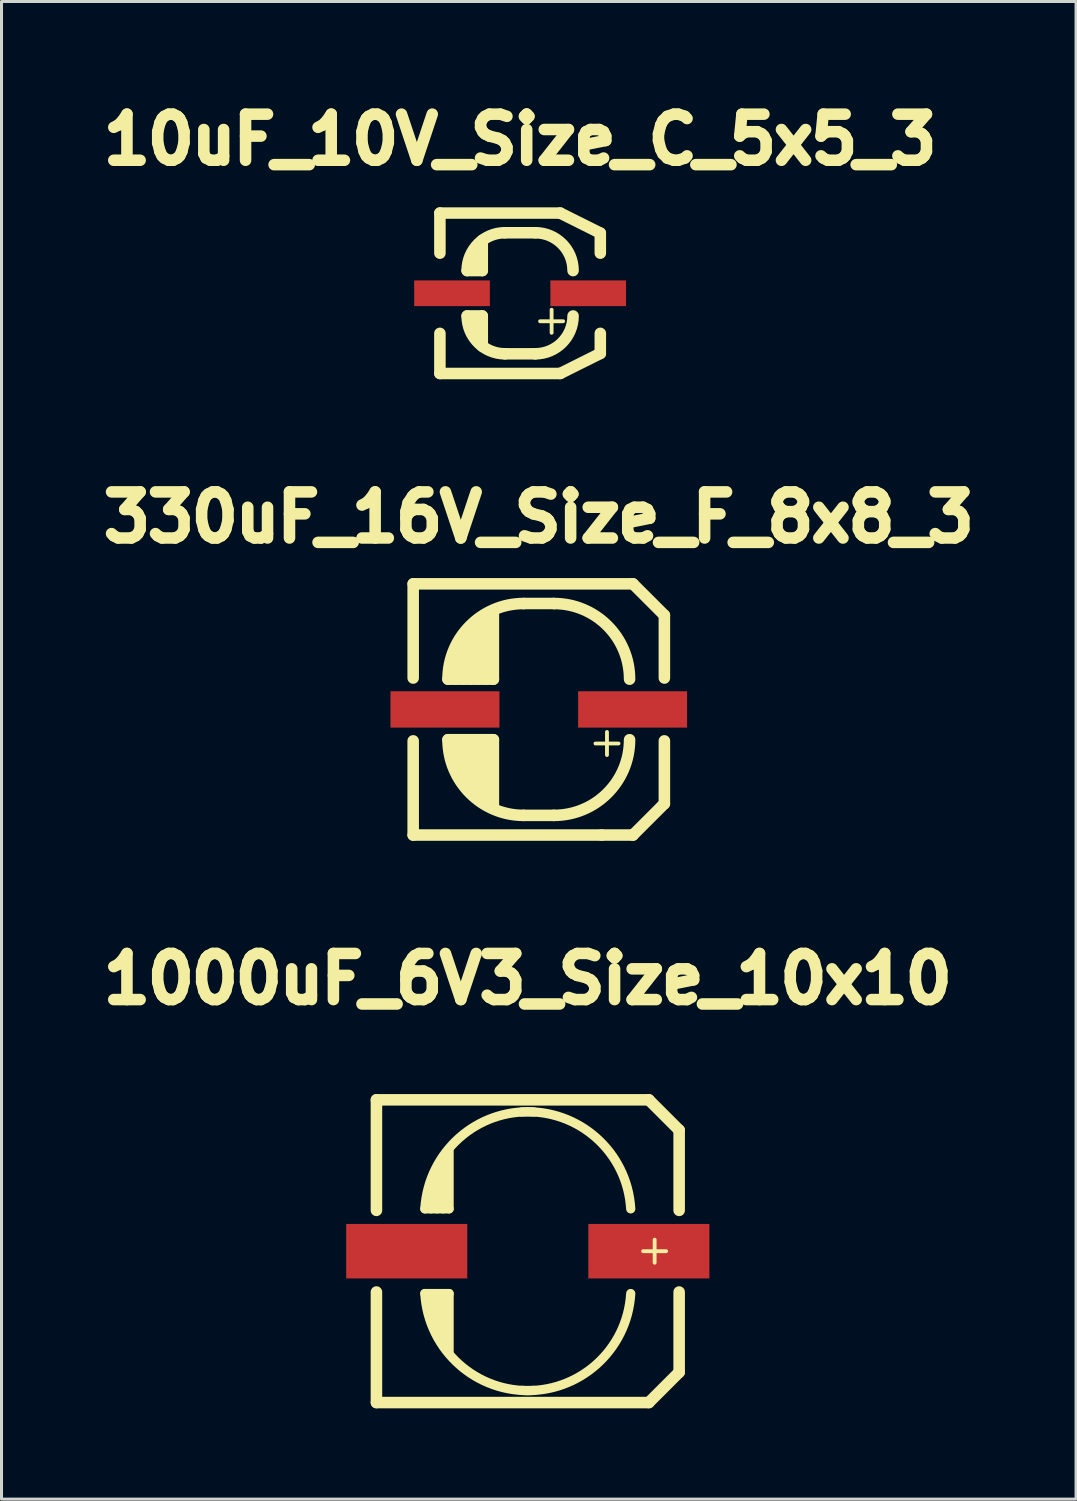
<source format=kicad_pcb>
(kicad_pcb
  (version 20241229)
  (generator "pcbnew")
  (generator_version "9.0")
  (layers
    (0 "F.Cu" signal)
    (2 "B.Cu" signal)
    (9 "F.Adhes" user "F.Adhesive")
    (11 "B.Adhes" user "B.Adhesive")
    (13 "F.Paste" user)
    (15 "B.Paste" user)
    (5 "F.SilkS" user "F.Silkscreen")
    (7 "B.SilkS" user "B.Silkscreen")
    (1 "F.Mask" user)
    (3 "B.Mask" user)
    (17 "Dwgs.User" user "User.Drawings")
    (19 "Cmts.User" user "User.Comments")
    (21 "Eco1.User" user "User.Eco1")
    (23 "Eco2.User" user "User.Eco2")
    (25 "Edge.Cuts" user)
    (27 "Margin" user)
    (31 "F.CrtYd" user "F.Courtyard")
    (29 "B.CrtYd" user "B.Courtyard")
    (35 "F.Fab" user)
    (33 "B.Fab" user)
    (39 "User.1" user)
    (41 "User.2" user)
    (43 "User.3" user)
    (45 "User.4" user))
  (footprint "330uF_16V_Size_F_8x8_3"
    (layer "F.Cu")
    (at 14.752 20.391)
    (property "Reference" "330uF_16V_Size_F_8x8_3" (at 0 -6.35 0) (layer "F.SilkS") (effects (font (size 1.524 1.524) (thickness 0.381))))
    (attr through_hole)
    (fp_line (start -4.15 -4.15) (end 3.112 -4.15) (stroke (width 0.381) (type solid)) (layer "F.SilkS"))
    (fp_line (start -4.15 -1.038) (end -4.15 -4.15) (stroke (width 0.381) (type solid)) (layer "F.SilkS"))
    (fp_line (start -4.15 1.038) (end -4.15 4.15) (stroke (width 0.381) (type solid)) (layer "F.SilkS"))
    (fp_line (start -4.15 4.15) (end 2.075 4.15) (stroke (width 0.381) (type solid)) (layer "F.SilkS"))
    (fp_line (start -3 -1) (end -1.5 -1) (stroke (width 0.381) (type solid)) (layer "F.SilkS"))
    (fp_line (start -3 1) (end -1.5 1) (stroke (width 0.381) (type solid)) (layer "F.SilkS"))
    (fp_line (start -2.75 -1) (end -2.75 -1.75) (stroke (width 0.381) (type solid)) (layer "F.SilkS"))
    (fp_line (start -2.75 1) (end -2.75 1.75) (stroke (width 0.381) (type solid)) (layer "F.SilkS"))
    (fp_line (start -2.5 -1) (end -2.5 -2.25) (stroke (width 0.381) (type solid)) (layer "F.SilkS"))
    (fp_line (start -2.5 1) (end -2.5 2.25) (stroke (width 0.381) (type solid)) (layer "F.SilkS"))
    (fp_line (start -2.25 -1) (end -2.25 -2.5) (stroke (width 0.381) (type solid)) (layer "F.SilkS"))
    (fp_line (start -2.25 1) (end -2.25 2.5) (stroke (width 0.381) (type solid)) (layer "F.SilkS"))
    (fp_line (start -2 -1) (end -2 -2.75) (stroke (width 0.381) (type solid)) (layer "F.SilkS"))
    (fp_line (start -2 1) (end -2 2.75) (stroke (width 0.381) (type solid)) (layer "F.SilkS"))
    (fp_line (start -1.75 -1) (end -1.75 -3) (stroke (width 0.381) (type solid)) (layer "F.SilkS"))
    (fp_line (start -1.75 1) (end -1.75 3) (stroke (width 0.381) (type solid)) (layer "F.SilkS"))
    (fp_line (start -1.5 -1) (end -1.5 -3.25) (stroke (width 0.381) (type solid)) (layer "F.SilkS"))
    (fp_line (start -1.5 1) (end -1.5 3.25) (stroke (width 0.381) (type solid)) (layer "F.SilkS"))
    (fp_line (start -0.5 -3.5) (end 0.5 -3.5) (stroke (width 0.381) (type solid)) (layer "F.SilkS"))
    (fp_line (start 0.5 3.5) (end -0.5 3.5) (stroke (width 0.381) (type solid)) (layer "F.SilkS"))
    (fp_line (start 2.075 4.15) (end 3.112 4.15) (stroke (width 0.381) (type solid)) (layer "F.SilkS"))
    (fp_line (start 2.253 0.744) (end 2.253 1.506) (stroke (width 0.127) (type solid)) (layer "F.SilkS"))
    (fp_line (start 2.635 1.125) (end 1.873 1.125) (stroke (width 0.127) (type solid)) (layer "F.SilkS"))
    (fp_line (start 3.112 -4.15) (end 4.15 -3.112) (stroke (width 0.381) (type solid)) (layer "F.SilkS"))
    (fp_line (start 3.112 4.15) (end 4.15 3.112) (stroke (width 0.381) (type solid)) (layer "F.SilkS"))
    (fp_line (start 4.15 -3.112) (end 4.15 -1.038) (stroke (width 0.381) (type solid)) (layer "F.SilkS"))
    (fp_line (start 4.15 3.112) (end 4.15 1.038) (stroke (width 0.381) (type solid)) (layer "F.SilkS"))
    (fp_arc (start -3 -1) (mid -2.267767 -2.767767) (end -0.5 -3.5) (stroke (width 0.381) (type solid)) (layer "F.SilkS"))
    (fp_arc (start -0.5 3.5) (mid -2.267767 2.767767) (end -3 1) (stroke (width 0.381) (type solid)) (layer "F.SilkS"))
    (fp_arc (start 0.5 -3.5) (mid 2.267767 -2.767767) (end 3 -1) (stroke (width 0.381) (type solid)) (layer "F.SilkS"))
    (fp_arc (start 3 1) (mid 2.267767 2.767767) (end 0.5 3.5) (stroke (width 0.381) (type solid)) (layer "F.SilkS"))
    (pad "1" smd rect (at 3.1 0) (size 3.6 1.2) (layers "F.Cu" "F.Mask" "F.Paste"))
    (pad "2" smd rect (at -3.1 0) (size 3.6 1.2) (layers "F.Cu" "F.Mask" "F.Paste")))
  (footprint "10uF_10V_Size_C_5x5_3"
    (layer "F.Cu")
    (at 14.135 6.64)
    (property "Reference" "10uF_10V_Size_C_5x5_3" (at 0 -5.08 0) (layer "F.SilkS") (effects (font (size 1.524 1.524) (thickness 0.381))))
    (attr through_hole)
    (fp_line (start -2.65 -2.65) (end -2.65 -1.325) (stroke (width 0.381) (type solid)) (layer "F.SilkS"))
    (fp_line (start -2.65 -2.65) (end 1.325 -2.65) (stroke (width 0.381) (type solid)) (layer "F.SilkS"))
    (fp_line (start -2.65 1.325) (end -2.65 2.65) (stroke (width 0.381) (type solid)) (layer "F.SilkS"))
    (fp_line (start -2.65 2.65) (end 1.325 2.65) (stroke (width 0.381) (type solid)) (layer "F.SilkS"))
    (fp_line (start -1.75 -0.75) (end -1.25 -0.75) (stroke (width 0.381) (type solid)) (layer "F.SilkS"))
    (fp_line (start -1.75 0.75) (end -1.25 0.75) (stroke (width 0.381) (type solid)) (layer "F.SilkS"))
    (fp_line (start -1.5 -0.8) (end -1.5 -1.3) (stroke (width 0.381) (type solid)) (layer "F.SilkS"))
    (fp_line (start -1.5 0.8) (end -1.5 1.2) (stroke (width 0.381) (type solid)) (layer "F.SilkS"))
    (fp_line (start -1.25 -0.75) (end -1.25 -1.75) (stroke (width 0.381) (type solid)) (layer "F.SilkS"))
    (fp_line (start -1.25 0.75) (end -1.25 1.75) (stroke (width 0.381) (type solid)) (layer "F.SilkS"))
    (fp_line (start -0.5 -2) (end 0.5 -2) (stroke (width 0.381) (type solid)) (layer "F.SilkS"))
    (fp_line (start -0.5 2) (end 0.5 2) (stroke (width 0.381) (type solid)) (layer "F.SilkS"))
    (fp_line (start 1.041 0.544) (end 1.041 1.306) (stroke (width 0.127) (type solid)) (layer "F.SilkS"))
    (fp_line (start 1.325 -2.65) (end 2.65 -1.988) (stroke (width 0.381) (type solid)) (layer "F.SilkS"))
    (fp_line (start 1.422 0.925) (end 0.66 0.925) (stroke (width 0.127) (type solid)) (layer "F.SilkS"))
    (fp_line (start 2.65 -1.988) (end 2.65 -1.325) (stroke (width 0.381) (type solid)) (layer "F.SilkS"))
    (fp_line (start 2.65 1.325) (end 2.65 1.988) (stroke (width 0.381) (type solid)) (layer "F.SilkS"))
    (fp_line (start 2.65 1.988) (end 1.325 2.65) (stroke (width 0.381) (type solid)) (layer "F.SilkS"))
    (fp_arc (start -1.75 -0.75) (mid -1.383883 -1.633883) (end -0.5 -2) (stroke (width 0.381) (type solid)) (layer "F.SilkS"))
    (fp_arc (start -0.5 2) (mid -1.383883 1.633883) (end -1.75 0.75) (stroke (width 0.381) (type solid)) (layer "F.SilkS"))
    (fp_arc (start 0.5 -2) (mid 1.383883 -1.633883) (end 1.75 -0.75) (stroke (width 0.381) (type solid)) (layer "F.SilkS"))
    (fp_arc (start 1.75 0.75) (mid 1.383883 1.633883) (end 0.5 2) (stroke (width 0.381) (type solid)) (layer "F.SilkS"))
    (pad "1" smd rect (at 2.25 0) (size 2.5 0.85) (layers "F.Cu" "F.Mask" "F.Paste"))
    (pad "2" smd rect (at -2.25 0) (size 2.5 0.85) (layers "F.Cu" "F.Mask" "F.Paste")))
  (footprint "1000uF_6V3_Size_10x10"
    (layer "F.Cu")
    (at 14.389 38.291)
    (property "Reference" "1000uF_6V3_Size_10x10" (at 0 -8.999 0) (layer "F.SilkS") (effects (font (size 1.524 1.524) (thickness 0.381))))
    (attr through_hole)
    (fp_line (start -5.001 -5.001) (end -5.001 -1.349) (stroke (width 0.381) (type solid)) (layer "F.SilkS"))
    (fp_line (start -5.001 -5.001) (end 4 -5.001) (stroke (width 0.381) (type solid)) (layer "F.SilkS"))
    (fp_line (start -5.001 5.001) (end -5.001 1.349) (stroke (width 0.381) (type solid)) (layer "F.SilkS"))
    (fp_line (start -5.001 5.001) (end 4 5.001) (stroke (width 0.381) (type solid)) (layer "F.SilkS"))
    (fp_line (start -3.401 -1.4) (end -2.601 -1.4) (stroke (width 0.305) (type solid)) (layer "F.SilkS"))
    (fp_line (start -3.401 1.4) (end -2.601 1.4) (stroke (width 0.305) (type solid)) (layer "F.SilkS"))
    (fp_line (start -3.2 -1.4) (end -3.2 -2.2) (stroke (width 0.305) (type solid)) (layer "F.SilkS"))
    (fp_line (start -3.2 1.4) (end -3.2 2.301) (stroke (width 0.305) (type solid)) (layer "F.SilkS"))
    (fp_line (start -3 -1.4) (end -3 -2.7) (stroke (width 0.305) (type solid)) (layer "F.SilkS"))
    (fp_line (start -3 1.4) (end -3 2.7) (stroke (width 0.305) (type solid)) (layer "F.SilkS"))
    (fp_line (start -2.799 -1.4) (end -2.799 -3) (stroke (width 0.305) (type solid)) (layer "F.SilkS"))
    (fp_line (start -2.799 1.4) (end -2.799 3) (stroke (width 0.305) (type solid)) (layer "F.SilkS"))
    (fp_line (start -2.601 -1.4) (end -2.601 -3.299) (stroke (width 0.305) (type solid)) (layer "F.SilkS"))
    (fp_line (start -2.601 1.4) (end -2.601 3.299) (stroke (width 0.305) (type solid)) (layer "F.SilkS"))
    (fp_line (start 4 -5.001) (end 5.001 -4) (stroke (width 0.381) (type solid)) (layer "F.SilkS"))
    (fp_line (start 4 5.001) (end 5.001 4) (stroke (width 0.381) (type solid)) (layer "F.SilkS"))
    (fp_line (start 4.191 -0.381) (end 4.191 0.381) (stroke (width 0.127) (type solid)) (layer "F.SilkS"))
    (fp_line (start 4.572 0) (end 3.81 0) (stroke (width 0.127) (type solid)) (layer "F.SilkS"))
    (fp_line (start 5.001 -4) (end 5.001 -1.349) (stroke (width 0.381) (type solid)) (layer "F.SilkS"))
    (fp_line (start 5.001 4) (end 5.001 1.349) (stroke (width 0.381) (type solid)) (layer "F.SilkS"))
    (fp_arc (start -3.40106 -1.39954) (mid -2.263025 -3.745681) (end 0.20066 -4.59994) (stroke (width 0.3048) (type solid)) (layer "F.SilkS"))
    (fp_arc (start -0.20066 -4.59994) (mid 2.263025 -3.745681) (end 3.40106 -1.39954) (stroke (width 0.3048) (type solid)) (layer "F.SilkS"))
    (fp_arc (start 0.20066 4.59994) (mid -2.263025 3.745681) (end -3.40106 1.39954) (stroke (width 0.3048) (type solid)) (layer "F.SilkS"))
    (fp_arc (start 3.40106 1.39954) (mid 2.263025 3.745681) (end -0.20066 4.59994) (stroke (width 0.3048) (type solid)) (layer "F.SilkS"))
    (pad "1" smd rect (at 4 0) (size 4 1.801) (layers "F.Cu" "F.Mask" "F.Paste"))
    (pad "2" smd rect (at -4 0) (size 4 1.801) (layers "F.Cu" "F.Mask" "F.Paste")))
  (gr_rect
    (start -3 -3)
    (end 32.504 46.483)
    (stroke (width 0.1) (type default))
    (fill no)
    (layer "Edge.Cuts")))
</source>
